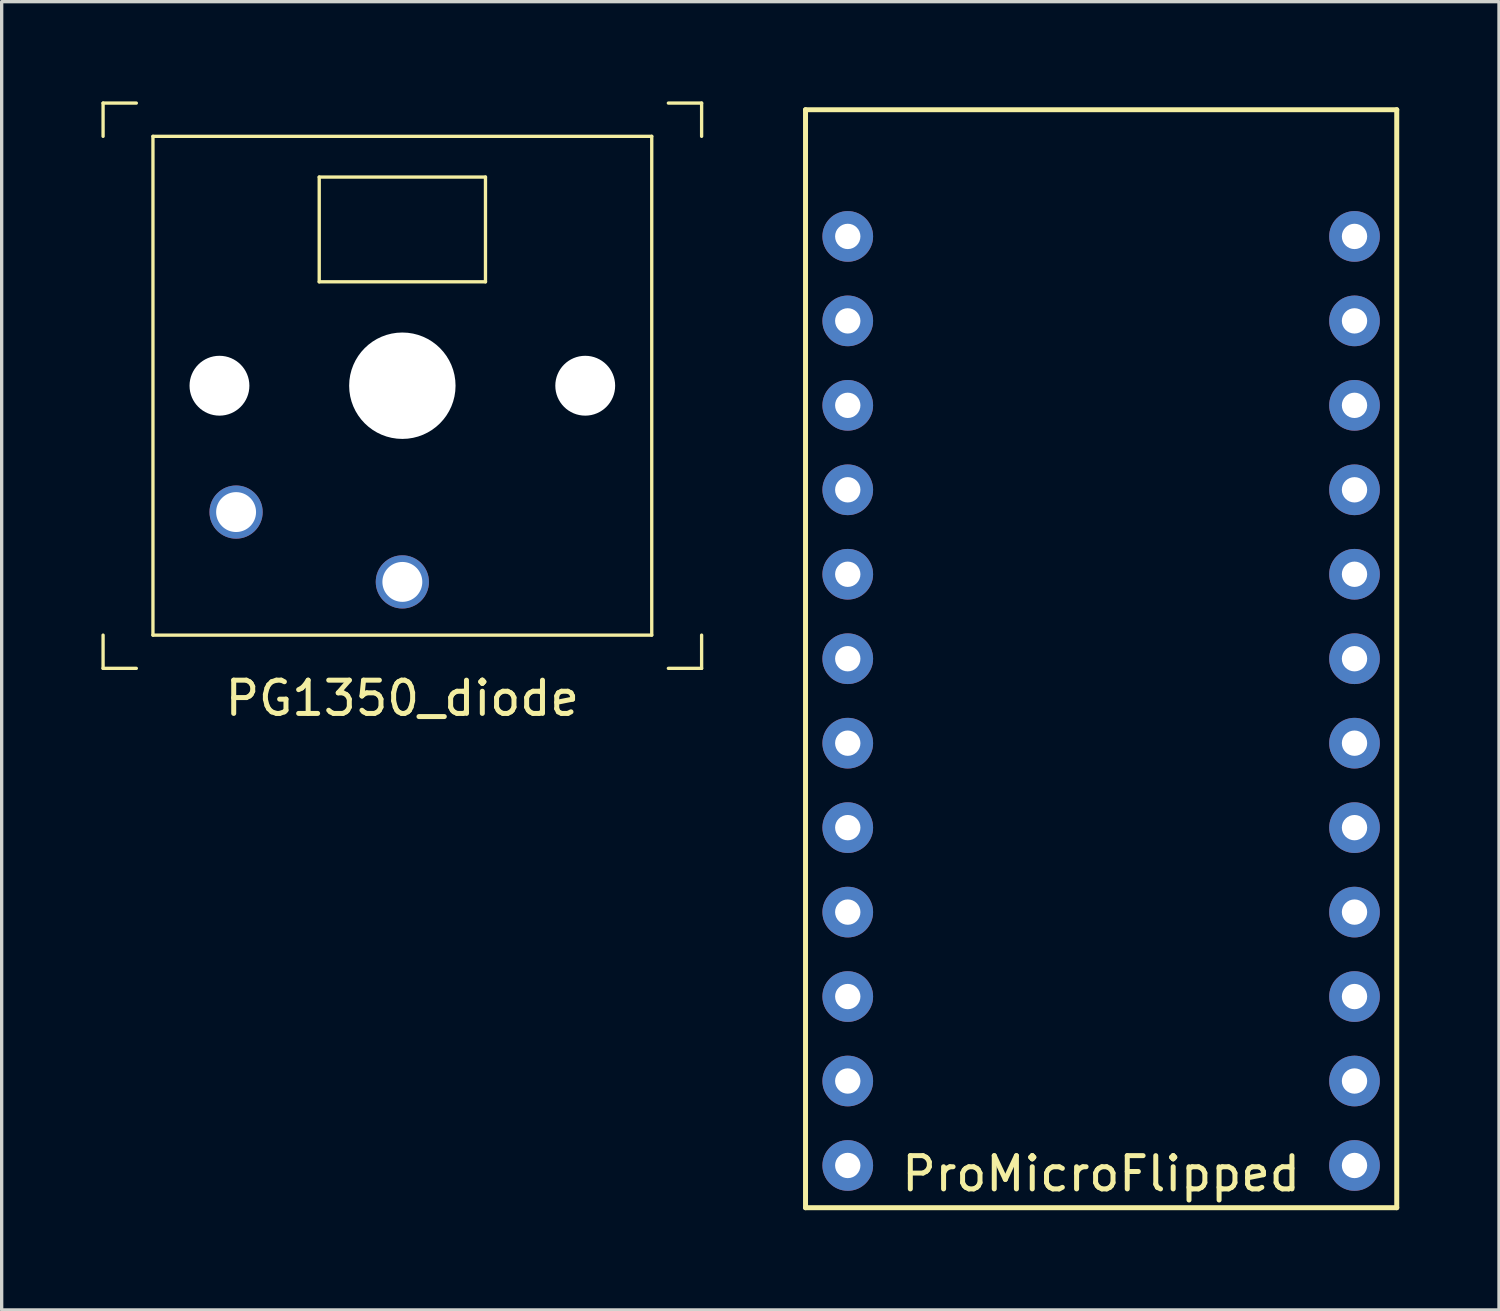
<source format=kicad_pcb>
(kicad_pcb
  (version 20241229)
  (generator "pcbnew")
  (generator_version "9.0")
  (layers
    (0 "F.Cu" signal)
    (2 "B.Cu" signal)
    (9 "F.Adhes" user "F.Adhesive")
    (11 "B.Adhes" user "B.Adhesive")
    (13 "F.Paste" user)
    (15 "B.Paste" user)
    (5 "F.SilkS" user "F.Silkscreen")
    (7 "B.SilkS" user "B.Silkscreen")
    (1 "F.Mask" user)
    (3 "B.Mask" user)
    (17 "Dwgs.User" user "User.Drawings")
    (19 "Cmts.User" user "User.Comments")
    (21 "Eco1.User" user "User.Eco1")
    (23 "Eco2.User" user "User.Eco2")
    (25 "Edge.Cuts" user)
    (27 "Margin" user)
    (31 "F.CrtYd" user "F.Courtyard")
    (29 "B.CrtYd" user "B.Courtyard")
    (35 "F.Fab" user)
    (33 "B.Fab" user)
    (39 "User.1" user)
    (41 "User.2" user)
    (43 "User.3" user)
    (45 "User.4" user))
  (footprint "PG1350_diode"
    (layer "F.Cu")
    (at 9.05 8.55)
    (property "Reference" "PG1350_diode" (at 0 9.4 0) (layer "F.SilkS") (effects (font (size 1 1) (thickness 0.15))))
    (attr through_hole)
    (fp_line (start -9 -8.5) (end -9 -7.5) (stroke (width 0.1) (type solid)) (layer "F.SilkS"))
    (fp_line (start -9 7.5) (end -9 8.5) (stroke (width 0.1) (type solid)) (layer "F.SilkS"))
    (fp_line (start -9 8.5) (end -8 8.5) (stroke (width 0.1) (type solid)) (layer "F.SilkS"))
    (fp_line (start -8 -8.5) (end -9 -8.5) (stroke (width 0.1) (type solid)) (layer "F.SilkS"))
    (fp_line (start -7.5 -7.5) (end -7.5 7.5) (stroke (width 0.1) (type solid)) (layer "F.SilkS"))
    (fp_line (start -7.5 7.5) (end 7.5 7.5) (stroke (width 0.1) (type solid)) (layer "F.SilkS"))
    (fp_line (start -2.5 -6.275) (end -2.5 -3.125) (stroke (width 0.1) (type solid)) (layer "F.SilkS"))
    (fp_line (start -2.5 -6.275) (end 2.5 -6.275) (stroke (width 0.1) (type solid)) (layer "F.SilkS"))
    (fp_line (start -2.5 -3.125) (end 2.5 -3.125) (stroke (width 0.1) (type solid)) (layer "F.SilkS"))
    (fp_line (start 2.5 -6.275) (end 2.5 -3.125) (stroke (width 0.1) (type solid)) (layer "F.SilkS"))
    (fp_line (start 7.5 -7.5) (end -7.5 -7.5) (stroke (width 0.1) (type solid)) (layer "F.SilkS"))
    (fp_line (start 7.5 7.5) (end 7.5 -7.5) (stroke (width 0.1) (type solid)) (layer "F.SilkS"))
    (fp_line (start 8 8.5) (end 9 8.5) (stroke (width 0.1) (type solid)) (layer "F.SilkS"))
    (fp_line (start 9 -8.5) (end 8 -8.5) (stroke (width 0.1) (type solid)) (layer "F.SilkS"))
    (fp_line (start 9 -7.5) (end 9 -8.5) (stroke (width 0.1) (type solid)) (layer "F.SilkS"))
    (fp_line (start 9 8.5) (end 9 7.5) (stroke (width 0.1) (type solid)) (layer "F.SilkS"))
    (pad "" np_thru_hole circle (at -5.5 0) (size 1.8 1.8) (drill 1.8) (layers "*.Cu" "*.Mask"))
    (pad "" np_thru_hole circle (at 0 0) (size 3.2 3.2) (drill 3.2) (layers "*.Cu" "*.Mask"))
    (pad "" np_thru_hole circle (at 5.5 0) (size 1.8 1.8) (drill 1.8) (layers "*.Cu" "*.Mask"))
    (pad "1" thru_hole circle (at -5 3.8) (size 1.6 1.6) (drill 1.2) (layers "*.Cu" "*.Mask"))
    (pad "2" thru_hole circle (at 0 5.9 90) (size 1.6 1.6) (drill 1.2) (layers "*.Cu" "*.Mask")))
  (footprint "ProMicroFlipped"
    (layer "F.Cu")
    (at 30.065 0.25)
    (property "Reference" "ProMicroFlipped" (at 0 32 0) (layer "F.SilkS") (effects (font (size 1 1) (thickness 0.15))))
    (attr through_hole)
    (fp_line (start -8.89 0) (end 8.89 0) (stroke (width 0.15) (type solid)) (layer "F.SilkS"))
    (fp_line (start -8.89 33.02) (end -8.89 0) (stroke (width 0.15) (type solid)) (layer "F.SilkS"))
    (fp_line (start 8.89 0) (end 8.89 33.02) (stroke (width 0.15) (type solid)) (layer "F.SilkS"))
    (fp_line (start 8.89 33.02) (end -8.89 33.02) (stroke (width 0.15) (type solid)) (layer "F.SilkS"))
    (pad "1" thru_hole circle (at 7.62 3.81) (size 1.524 1.524) (drill 0.762) (layers "*.Cu" "*.Mask"))
    (pad "2" thru_hole circle (at 7.62 6.35) (size 1.524 1.524) (drill 0.762) (layers "*.Cu" "*.Mask"))
    (pad "3" thru_hole circle (at 7.62 8.89) (size 1.524 1.524) (drill 0.762) (layers "*.Cu" "*.Mask"))
    (pad "4" thru_hole circle (at 7.62 11.43) (size 1.524 1.524) (drill 0.762) (layers "*.Cu" "*.Mask"))
    (pad "5" thru_hole circle (at 7.62 13.97) (size 1.524 1.524) (drill 0.762) (layers "*.Cu" "*.Mask"))
    (pad "6" thru_hole circle (at 7.62 16.51) (size 1.524 1.524) (drill 0.762) (layers "*.Cu" "*.Mask"))
    (pad "7" thru_hole circle (at 7.62 19.05) (size 1.524 1.524) (drill 0.762) (layers "*.Cu" "*.Mask"))
    (pad "8" thru_hole circle (at 7.62 21.59) (size 1.524 1.524) (drill 0.762) (layers "*.Cu" "*.Mask"))
    (pad "9" thru_hole circle (at 7.62 24.13) (size 1.524 1.524) (drill 0.762) (layers "*.Cu" "*.Mask"))
    (pad "10" thru_hole circle (at 7.62 26.67) (size 1.524 1.524) (drill 0.762) (layers "*.Cu" "*.Mask"))
    (pad "11" thru_hole circle (at 7.62 29.21) (size 1.524 1.524) (drill 0.762) (layers "*.Cu" "*.Mask"))
    (pad "12" thru_hole circle (at 7.62 31.75) (size 1.524 1.524) (drill 0.762) (layers "*.Cu" "*.Mask"))
    (pad "13" thru_hole circle (at -7.62 3.81) (size 1.524 1.524) (drill 0.762) (layers "*.Cu" "*.Mask"))
    (pad "14" thru_hole circle (at -7.62 6.35) (size 1.524 1.524) (drill 0.762) (layers "*.Cu" "*.Mask"))
    (pad "15" thru_hole circle (at -7.62 8.89) (size 1.524 1.524) (drill 0.762) (layers "*.Cu" "*.Mask"))
    (pad "16" thru_hole circle (at -7.62 11.43) (size 1.524 1.524) (drill 0.762) (layers "*.Cu" "*.Mask"))
    (pad "17" thru_hole circle (at -7.62 13.97) (size 1.524 1.524) (drill 0.762) (layers "*.Cu" "*.Mask"))
    (pad "18" thru_hole circle (at -7.62 16.51) (size 1.524 1.524) (drill 0.762) (layers "*.Cu" "*.Mask"))
    (pad "19" thru_hole circle (at -7.62 19.05) (size 1.524 1.524) (drill 0.762) (layers "*.Cu" "*.Mask"))
    (pad "20" thru_hole circle (at -7.62 21.59) (size 1.524 1.524) (drill 0.762) (layers "*.Cu" "*.Mask"))
    (pad "21" thru_hole circle (at -7.62 24.13) (size 1.524 1.524) (drill 0.762) (layers "*.Cu" "*.Mask"))
    (pad "22" thru_hole circle (at -7.62 26.67) (size 1.524 1.524) (drill 0.762) (layers "*.Cu" "*.Mask"))
    (pad "23" thru_hole circle (at -7.62 29.21) (size 1.524 1.524) (drill 0.762) (layers "*.Cu" "*.Mask"))
    (pad "24" thru_hole circle (at -7.62 31.75) (size 1.524 1.524) (drill 0.762) (layers "*.Cu" "*.Mask")))
  (gr_rect
    (start -3 -3)
    (end 42.03 36.345)
    (stroke (width 0.1) (type default))
    (fill no)
    (layer "Edge.Cuts")))
</source>
